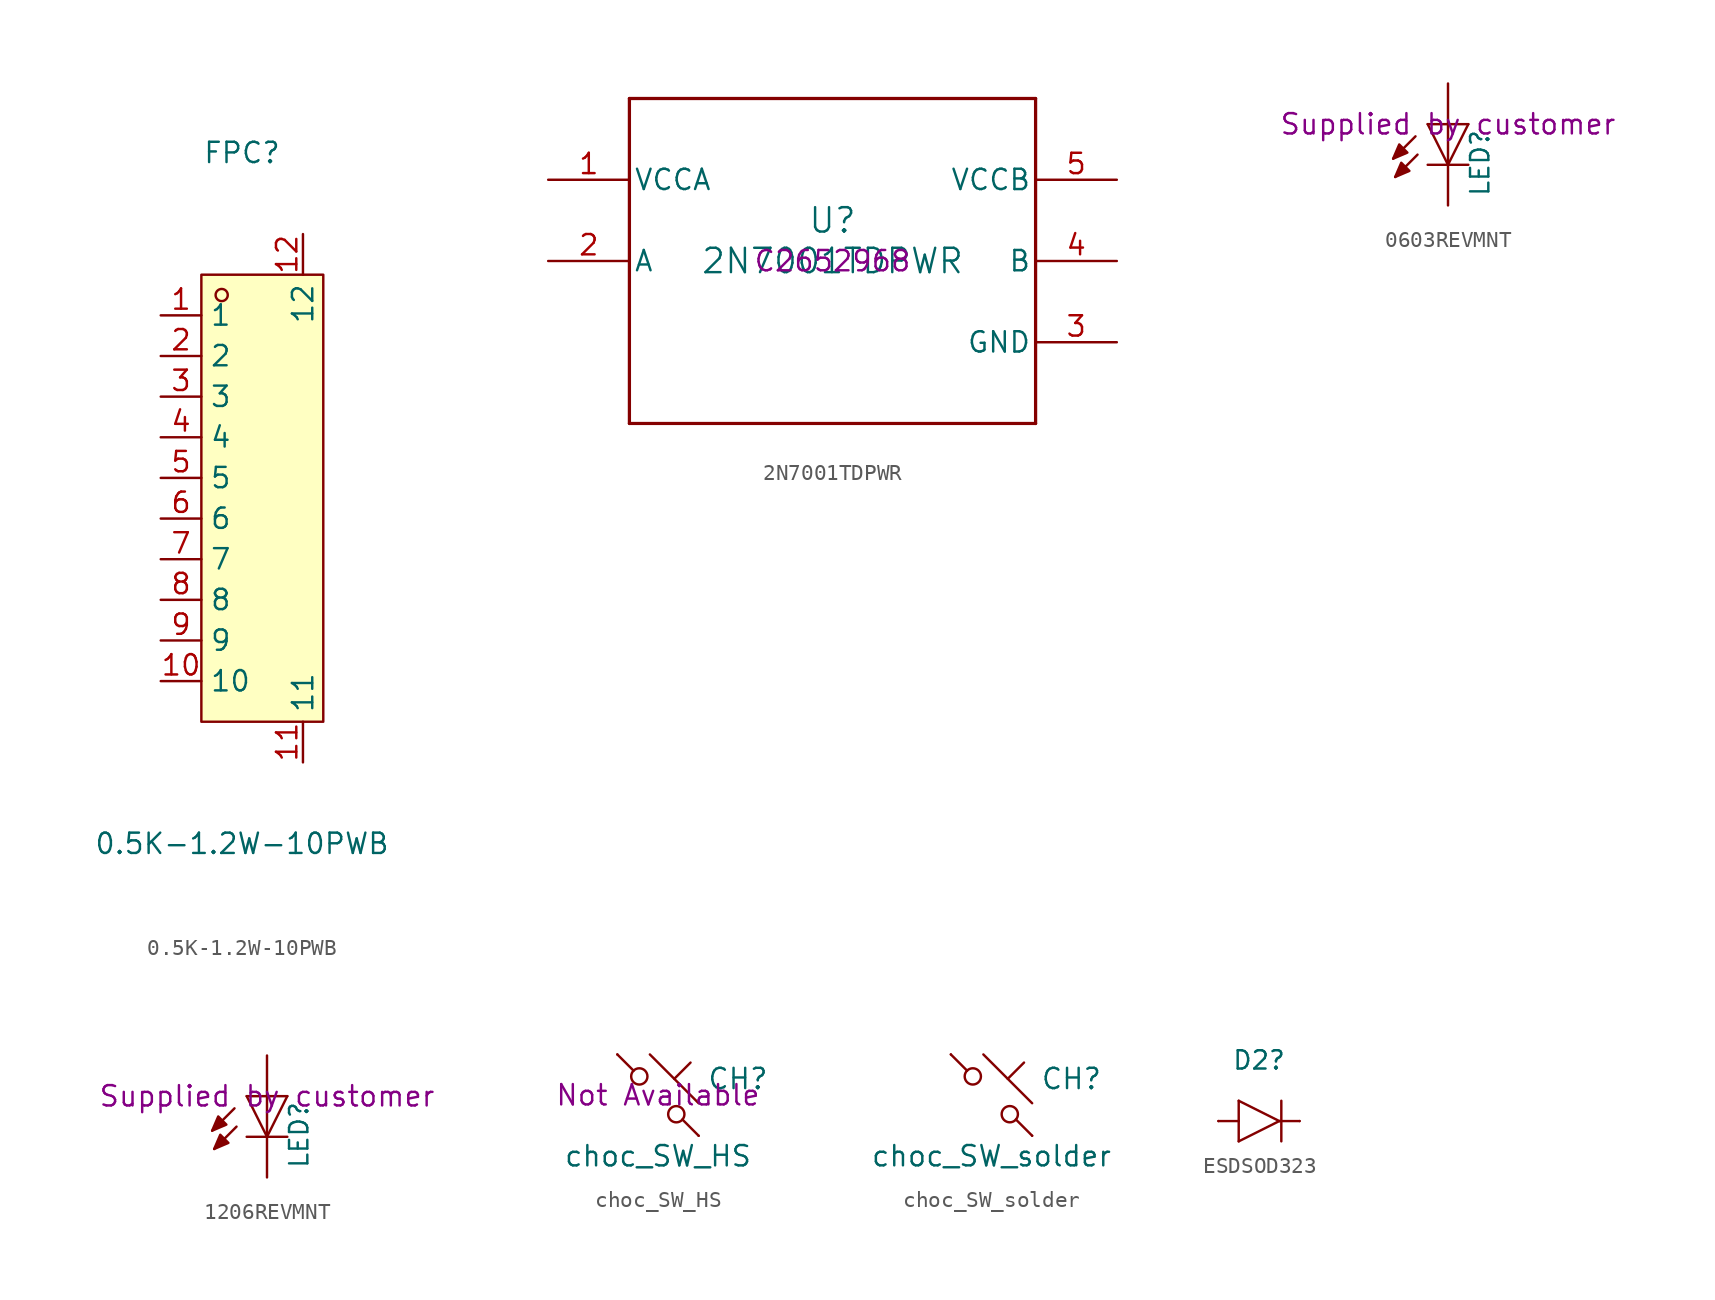
<source format=kicad_sym>
(kicad_symbol_lib
  (version 20231120)
  (generator "kicad_symbol_editor")
  (generator_version "8.0")
  (symbol "0.5K-1.2W-10PWB"
    (property "Reference" "FPC"
      (at 0 21.59 0)
      (effects (font (size 1.27 1.27))))
    (property "Value" "0.5K-1.2W-10PWB"
      (at 0 -21.59 0)
      (effects (font (size 1.27 1.27))))
    (symbol "0.5K-1.2W-10PWB_0_1"
      (rectangle (start -2.54 13.97) (end 5.08 -13.97) (stroke (width 0) (type default) (color 0 0 0 0)) (fill (type background)))
      (circle (center -1.27 12.70) (radius 0.38) (stroke (width 0) (type default) (color 0 0 0 0)) (fill (type none)))
      (pin unspecified line (at -5.08 11.43 0) (length 2.54) (name "1" (effects (font (size 1.27 1.27)))) (number "1" (effects (font (size 1.27 1.27)))))
      (pin unspecified line (at -5.08 8.89 0) (length 2.54) (name "2" (effects (font (size 1.27 1.27)))) (number "2" (effects (font (size 1.27 1.27)))))
      (pin unspecified line (at -5.08 6.35 0) (length 2.54) (name "3" (effects (font (size 1.27 1.27)))) (number "3" (effects (font (size 1.27 1.27)))))
      (pin unspecified line (at -5.08 3.81 0) (length 2.54) (name "4" (effects (font (size 1.27 1.27)))) (number "4" (effects (font (size 1.27 1.27)))))
      (pin unspecified line (at -5.08 1.27 0) (length 2.54) (name "5" (effects (font (size 1.27 1.27)))) (number "5" (effects (font (size 1.27 1.27)))))
      (pin unspecified line (at -5.08 -1.27 0) (length 2.54) (name "6" (effects (font (size 1.27 1.27)))) (number "6" (effects (font (size 1.27 1.27)))))
      (pin unspecified line (at -5.08 -3.81 0) (length 2.54) (name "7" (effects (font (size 1.27 1.27)))) (number "7" (effects (font (size 1.27 1.27)))))
      (pin unspecified line (at -5.08 -6.35 0) (length 2.54) (name "8" (effects (font (size 1.27 1.27)))) (number "8" (effects (font (size 1.27 1.27)))))
      (pin unspecified line (at -5.08 -8.89 0) (length 2.54) (name "9" (effects (font (size 1.27 1.27)))) (number "9" (effects (font (size 1.27 1.27)))))
      (pin unspecified line (at -5.08 -11.43 0) (length 2.54) (name "10" (effects (font (size 1.27 1.27)))) (number "10" (effects (font (size 1.27 1.27)))))
      (pin unspecified line (at 3.81 -16.51 90) (length 2.54) (name "11" (effects (font (size 1.27 1.27)))) (number "11" (effects (font (size 1.27 1.27)))))
      (pin unspecified line (at 3.81 16.51 270) (length 2.54) (name "12" (effects (font (size 1.27 1.27)))) (number "12" (effects (font (size 1.27 1.27)))))))
  (symbol "2N7001TDPWR"
    (pin_names
      (offset 0.254))
    (property "Reference" "U"
      (at 0 2.54 0)
      (effects (font (size 1.524 1.524))))
    (property "Value" "2N7001TDPWR"
      (at 0 0 0)
      (effects (font (size 1.524 1.524))))
    (property "LCSC Part" "C2652968"
      (at 0 0 0)
      (effects (font (size 1.27 1.27))))
    (symbol "2N7001TDPWR_0_1"
      (polyline (pts (xy -12.7 -10.16) (xy 12.7 -10.16)) (stroke (width 0.203) (type default)) (fill (type none)))
      (polyline (pts (xy -12.7 10.16) (xy -12.7 -10.16)) (stroke (width 0.203) (type default)) (fill (type none)))
      (polyline (pts (xy 12.7 -10.16) (xy 12.7 10.16)) (stroke (width 0.203) (type default)) (fill (type none)))
      (polyline (pts (xy 12.7 10.16) (xy -12.7 10.16)) (stroke (width 0.203) (type default)) (fill (type none)))
      (pin power_in line (at -17.78 5.08 0) (length 5.08) (name "VCCA" (effects (font (size 1.27 1.27)))) (number "1" (effects (font (size 1.27 1.27)))))
      (pin input line (at -17.78 0 0) (length 5.08) (name "A" (effects (font (size 1.27 1.27)))) (number "2" (effects (font (size 1.27 1.27)))))
      (pin power_in line (at 17.78 -5.08 180) (length 5.08) (name "GND" (effects (font (size 1.27 1.27)))) (number "3" (effects (font (size 1.27 1.27)))))
      (pin output line (at 17.78 0 180) (length 5.08) (name "B" (effects (font (size 1.27 1.27)))) (number "4" (effects (font (size 1.27 1.27)))))
      (pin power_in line (at 17.78 5.08 180) (length 5.08) (name "VCCB" (effects (font (size 1.27 1.27)))) (number "5" (effects (font (size 1.27 1.27)))))))
  (symbol "0603REVMNT"
    (pin_numbers hide)
    (pin_names
      (offset 0) hide)
    (property "Reference" "LED"
      (at 2.667 -4.572 90)
      (effects (font (size 1.143 1.143)) (justify left bottom)))
    (property "Notes" "Supplied by customer"
      (at 0 0 0)
      (effects (font (size 1.27 1.27))))
    (symbol "0603REVMNT_1_0"
      (polyline (pts (xy -2.032 -0.762) (xy -3.429 -2.159)) (stroke (width 0) (type default)) (fill (type none)))
      (polyline (pts (xy -1.905 -1.905) (xy -3.302 -3.302)) (stroke (width 0) (type default)) (fill (type none)))
      (polyline (pts (xy 0 -2.54) (xy -1.27 -2.54)) (stroke (width 0) (type default)) (fill (type none)))
      (polyline (pts (xy 0 -2.54) (xy -1.27 0)) (stroke (width 0) (type default)) (fill (type none)))
      (polyline (pts (xy 0 0) (xy -1.27 0)) (stroke (width 0) (type default)) (fill (type none)))
      (polyline (pts (xy 0 0) (xy 0 -2.54)) (stroke (width 0) (type default)) (fill (type none)))
      (polyline (pts (xy 1.27 -2.54) (xy 0 -2.54)) (stroke (width 0) (type default)) (fill (type none)))
      (polyline (pts (xy 1.27 0) (xy 0 -2.54)) (stroke (width 0) (type default)) (fill (type none)))
      (polyline (pts (xy 1.27 0) (xy 0 0)) (stroke (width 0) (type default)) (fill (type none))))
    (symbol "0603REVMNT_1_1"
      (polyline (pts (xy -3.429 -2.159) (xy -3.048 -1.27) (xy -3.048 -1.27) (xy -2.54 -1.778) (xy -2.54 -1.778) (xy -3.429 -2.159)) (stroke (width 0) (type default)) (fill (type outline)))
      (polyline (pts (xy -3.302 -3.302) (xy -2.921 -2.413) (xy -2.921 -2.413) (xy -2.413 -2.921) (xy -2.413 -2.921) (xy -3.302 -3.302)) (stroke (width 0) (type default)) (fill (type outline)))
      (pin passive line (at 0 2.54 270) (length 2.54) (name "A" (effects (font (size 1.016 1.016)))) (number "1" (effects (font (size 1.016 1.016)))))
      (pin passive line (at 0 -5.08 90) (length 2.54) (name "C" (effects (font (size 1.016 1.016)))) (number "2" (effects (font (size 1.016 1.016)))))))
  (symbol "1206REVMNT"
    (pin_numbers hide)
    (pin_names
      (offset 0) hide)
    (property "Reference" "LED"
      (at 2.667 -4.572 90)
      (effects (font (size 1.143 1.143)) (justify left bottom)))
    (property "Notes" "Supplied by customer"
      (at 0 0 0)
      (effects (font (size 1.27 1.27))))
    (symbol "1206REVMNT_1_0"
      (polyline (pts (xy -2.032 -0.762) (xy -3.429 -2.159)) (stroke (width 0) (type default)) (fill (type none)))
      (polyline (pts (xy -1.905 -1.905) (xy -3.302 -3.302)) (stroke (width 0) (type default)) (fill (type none)))
      (polyline (pts (xy 0 -2.54) (xy -1.27 -2.54)) (stroke (width 0) (type default)) (fill (type none)))
      (polyline (pts (xy 0 -2.54) (xy -1.27 0)) (stroke (width 0) (type default)) (fill (type none)))
      (polyline (pts (xy 0 0) (xy -1.27 0)) (stroke (width 0) (type default)) (fill (type none)))
      (polyline (pts (xy 0 0) (xy 0 -2.54)) (stroke (width 0) (type default)) (fill (type none)))
      (polyline (pts (xy 1.27 -2.54) (xy 0 -2.54)) (stroke (width 0) (type default)) (fill (type none)))
      (polyline (pts (xy 1.27 0) (xy 0 -2.54)) (stroke (width 0) (type default)) (fill (type none)))
      (polyline (pts (xy 1.27 0) (xy 0 0)) (stroke (width 0) (type default)) (fill (type none))))
    (symbol "1206REVMNT_1_1"
      (polyline (pts (xy -3.429 -2.159) (xy -3.048 -1.27) (xy -3.048 -1.27) (xy -2.54 -1.778) (xy -2.54 -1.778) (xy -3.429 -2.159)) (stroke (width 0) (type default)) (fill (type outline)))
      (polyline (pts (xy -3.302 -3.302) (xy -2.921 -2.413) (xy -2.921 -2.413) (xy -2.413 -2.921) (xy -2.413 -2.921) (xy -3.302 -3.302)) (stroke (width 0) (type default)) (fill (type outline)))
      (pin passive line (at 0 2.54 270) (length 2.54) (name "A" (effects (font (size 1.016 1.016)))) (number "1" (effects (font (size 1.016 1.016)))))
      (pin passive line (at 0 -5.08 90) (length 2.54) (name "C" (effects (font (size 1.016 1.016)))) (number "2" (effects (font (size 1.016 1.016)))))))
  (symbol "choc_SW_HS"
    (pin_numbers hide)
    (pin_names
      (offset 1.016) hide)
    (property "Reference" "CH"
      (at 3.048 1.016 0)
      (effects (font (size 1.27 1.27)) (justify left)))
    (property "Value" "choc_SW_HS"
      (at 0 -3.81 0)
      (effects (font (size 1.27 1.27))))
    (property "LCSC Part" "Not Available"
      (at 0 0 0)
      (effects (font (size 1.27 1.27))))
    (symbol "choc_SW_HS_0_1"
      (circle (center -1.168 1.168) (radius 0.508) (stroke (width 0) (type default)) (fill (type none)))
      (polyline (pts (xy -0.508 2.54) (xy 2.54 -0.508)) (stroke (width 0) (type default)) (fill (type none)))
      (polyline (pts (xy 1.016 1.016) (xy 2.032 2.032)) (stroke (width 0) (type default)) (fill (type none)))
      (polyline (pts (xy -2.54 2.54) (xy -1.524 1.524) (xy -1.524 1.524)) (stroke (width 0) (type default)) (fill (type none)))
      (polyline (pts (xy 1.524 -1.524) (xy 2.54 -2.54) (xy 2.54 -2.54) (xy 2.54 -2.54)) (stroke (width 0) (type default)) (fill (type none)))
      (circle (center 1.143 -1.194) (radius 0.508) (stroke (width 0) (type default)) (fill (type none)))
      (pin passive line (at -2.54 2.54 0) (length 0) (name "1" (effects (font (size 1.27 1.27)))) (number "1" (effects (font (size 1.27 1.27)))))
      (pin passive line (at 2.54 -2.54 180) (length 0) (name "2" (effects (font (size 1.27 1.27)))) (number "2" (effects (font (size 1.27 1.27)))))))
  (symbol "choc_SW_solder"
    (pin_numbers hide)
    (pin_names
      (offset 1.016) hide)
    (property "Reference" "CH"
      (at 3.048 1.016 0)
      (effects (font (size 1.27 1.27)) (justify left)))
    (property "Value" "choc_SW_solder"
      (at 0 -3.81 0)
      (effects (font (size 1.27 1.27))))
    (symbol "choc_SW_solder_0_1"
      (circle (center -1.168 1.168) (radius 0.508) (stroke (width 0) (type default)) (fill (type none)))
      (polyline (pts (xy -0.508 2.54) (xy 2.54 -0.508)) (stroke (width 0) (type default)) (fill (type none)))
      (polyline (pts (xy 1.016 1.016) (xy 2.032 2.032)) (stroke (width 0) (type default)) (fill (type none)))
      (polyline (pts (xy -2.54 2.54) (xy -1.524 1.524) (xy -1.524 1.524)) (stroke (width 0) (type default)) (fill (type none)))
      (polyline (pts (xy 1.524 -1.524) (xy 2.54 -2.54) (xy 2.54 -2.54) (xy 2.54 -2.54)) (stroke (width 0) (type default)) (fill (type none)))
      (circle (center 1.143 -1.194) (radius 0.508) (stroke (width 0) (type default)) (fill (type none)))
      (pin passive line (at -2.54 2.54 0) (length 0) (name "1" (effects (font (size 1.27 1.27)))) (number "1" (effects (font (size 1.27 1.27)))))
      (pin passive line (at 2.54 -2.54 180) (length 0) (name "2" (effects (font (size 1.27 1.27)))) (number "2" (effects (font (size 1.27 1.27)))))))
  (symbol "ESDSOD323"
    (pin_numbers hide)
    (pin_names
      (offset 1.016) hide)
    (property "Reference" "D2"
      (at 0 3.81 0)
      (effects (font (size 1.143 1.143))))
    (symbol "ESDSOD323_1_0"
      (polyline (pts (xy -2.54 0) (xy -1.27 0)) (stroke (width 0) (type default)) (fill (type none)))
      (polyline (pts (xy -1.27 -1.27) (xy 1.27 0)) (stroke (width 0) (type default)) (fill (type none)))
      (polyline (pts (xy -1.27 0) (xy -1.27 -1.27)) (stroke (width 0) (type default)) (fill (type none)))
      (polyline (pts (xy -1.27 1.27) (xy -1.27 0)) (stroke (width 0) (type default)) (fill (type none)))
      (polyline (pts (xy 1.27 0) (xy -1.27 1.27)) (stroke (width 0) (type default)) (fill (type none)))
      (polyline (pts (xy 1.397 1.27) (xy 1.397 -1.27)) (stroke (width 0) (type default)) (fill (type none)))
      (polyline (pts (xy 2.54 0) (xy 1.27 0)) (stroke (width 0) (type default)) (fill (type none))))
    (symbol "ESDSOD323_1_1"
      (pin passive line (at -2.54 0 0) (length 0) (name "A" (effects (font (size 1.016 1.016)))) (number "A" (effects (font (size 1.016 1.016)))))
      (pin passive line (at 2.54 0 180) (length 0) (name "C" (effects (font (size 1.016 1.016)))) (number "C" (effects (font (size 1.016 1.016))))))))
</source>
